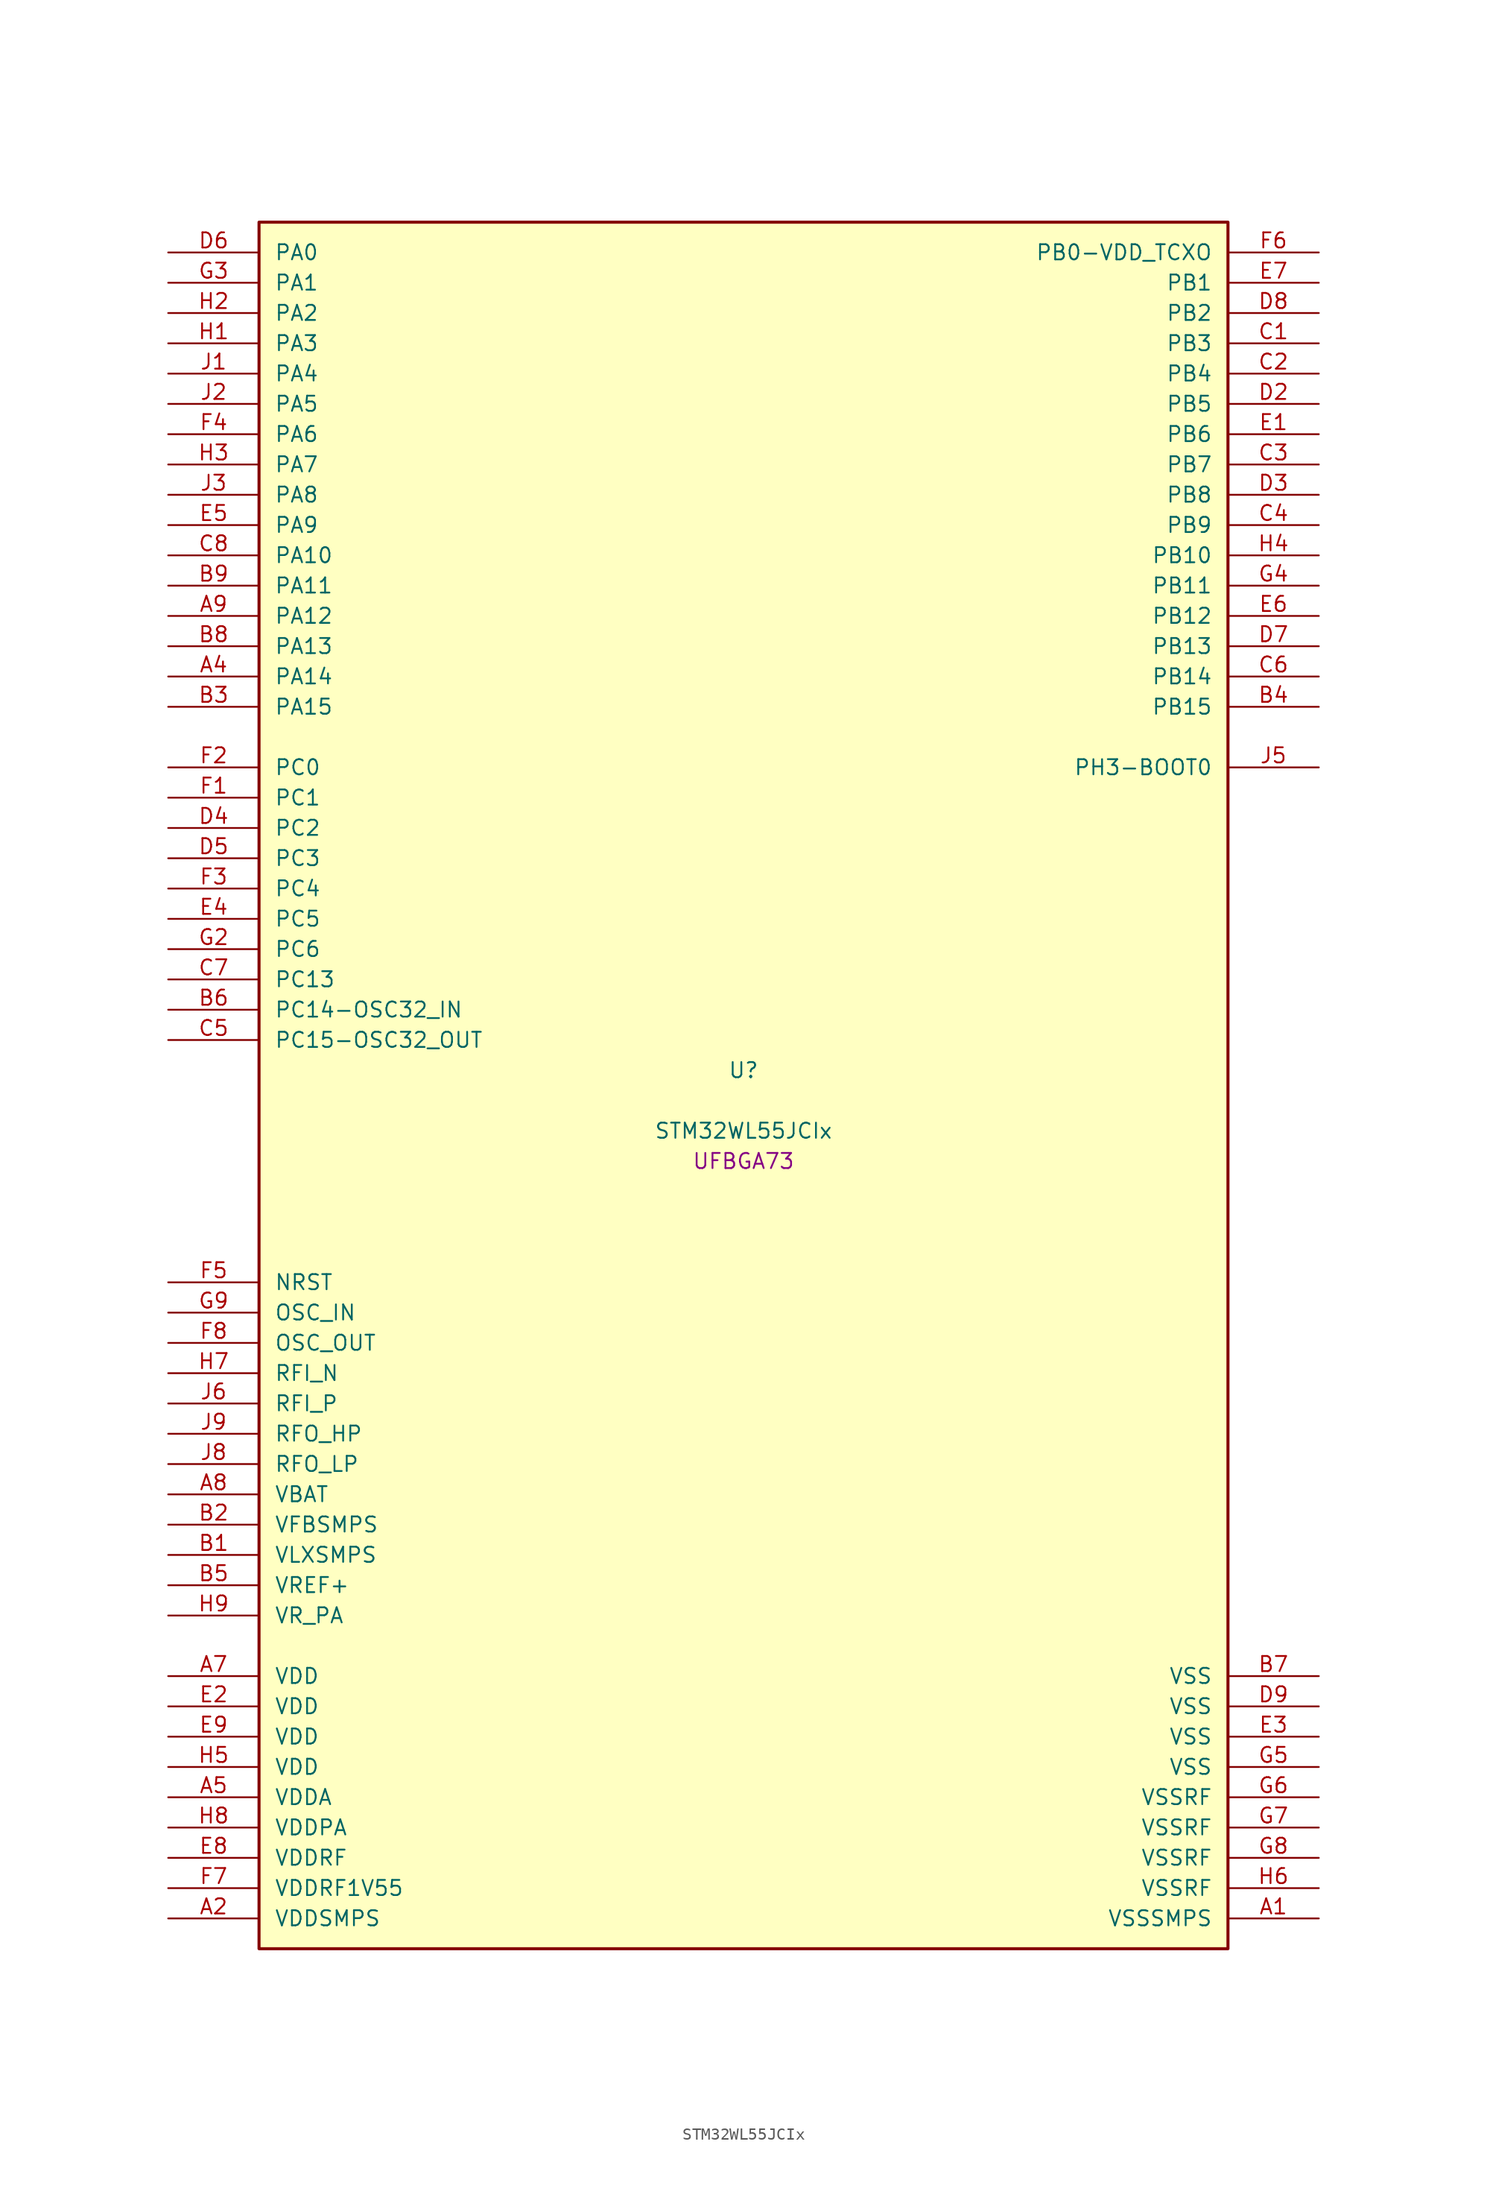
<source format=kicad_sym>
(kicad_symbol_lib
  (version 20241209)
  (generator "stm32_pkl_generator")
  (generator_version "1.0")
  (symbol "STM32WL55JCIx"
    (pin_names
      (offset 1.27))
    (property "Reference" "U"
      (at 0 2.54 0))
    (property "Value" "STM32WL55JCIx"
      (at 0 -2.54 0))
    (property "Footprint" "UFBGA73"
      (at 0 -5.08 0))
    (symbol "STM32WL55JCIx_1_1"
      (rectangle (start -40.64 73.66) (end 40.64 -71.12) (stroke (width 0.254) (type solid)) (fill (type background)))
      (pin bidirectional line (at -48.26 71.12 0) (length 7.62) (name "PA0") (number "D6") (alternate "PA0/COMP1_OUT" bidirectional line) (alternate "PA0/DEBUG_PWR-REGLP1S" bidirectional line) (alternate "PA0/I2C3_SMBA" bidirectional line) (alternate "PA0/I2S_CKIN" bidirectional line) (alternate "PA0/PWR_WKUP1" bidirectional line) (alternate "PA0/RTC_TAMP_IN2" bidirectional line) (alternate "PA0/TIM2_CH1" bidirectional line) (alternate "PA0/TIM2_ETR" bidirectional line) (alternate "PA0/USART2_CTS" bidirectional line) (alternate "PA0/USART2_NSS" bidirectional line))
      (pin bidirectional line (at -48.26 68.58 0) (length 7.62) (name "PA1") (number "G3") (alternate "PA1/DEBUG_PWR-REGLP2S" bidirectional line) (alternate "PA1/I2C1_SMBA" bidirectional line) (alternate "PA1/LPTIM3_OUT" bidirectional line) (alternate "PA1/LPUART1_RTS" bidirectional line) (alternate "PA1/SPI1_SCK" bidirectional line) (alternate "PA1/TIM2_CH2" bidirectional line) (alternate "PA1/USART2_DE" bidirectional line) (alternate "PA1/USART2_RTS" bidirectional line))
      (pin bidirectional line (at -48.26 66.04 0) (length 7.62) (name "PA2") (number "H2") (alternate "PA2/COMP2_OUT" bidirectional line) (alternate "PA2/DEBUG_PWR-LDORDY" bidirectional line) (alternate "PA2/LPUART1_TX" bidirectional line) (alternate "PA2/RCC_LSCO" bidirectional line) (alternate "PA2/TIM2_CH3" bidirectional line) (alternate "PA2/USART2_TX" bidirectional line))
      (pin bidirectional line (at -48.26 63.5 0) (length 7.62) (name "PA3") (number "H1") (alternate "PA3/I2S2_MCK" bidirectional line) (alternate "PA3/LPUART1_RX" bidirectional line) (alternate "PA3/TIM2_CH4" bidirectional line) (alternate "PA3/USART2_RX" bidirectional line))
      (pin bidirectional line (at -48.26 60.96 0) (length 7.62) (name "PA4") (number "J1") (alternate "PA4/DEBUG_SUBGHZSPI-NSSOUT" bidirectional line) (alternate "PA4/LPTIM1_OUT" bidirectional line) (alternate "PA4/LPTIM2_OUT" bidirectional line) (alternate "PA4/RTC_OUT2" bidirectional line) (alternate "PA4/SPI1_NSS" bidirectional line) (alternate "PA4/USART2_CK" bidirectional line))
      (pin bidirectional line (at -48.26 58.42 0) (length 7.62) (name "PA5") (number "J2") (alternate "PA5/DEBUG_SUBGHZSPI-SCKOUT" bidirectional line) (alternate "PA5/LPTIM2_ETR" bidirectional line) (alternate "PA5/SPI1_SCK" bidirectional line) (alternate "PA5/SPI2_MISO" bidirectional line) (alternate "PA5/TIM2_CH1" bidirectional line) (alternate "PA5/TIM2_ETR" bidirectional line))
      (pin bidirectional line (at -48.26 55.88 0) (length 7.62) (name "PA6") (number "F4") (alternate "PA6/DEBUG_SUBGHZSPI-MISOOUT" bidirectional line) (alternate "PA6/I2C2_SMBA" bidirectional line) (alternate "PA6/LPUART1_CTS" bidirectional line) (alternate "PA6/SPI1_MISO" bidirectional line) (alternate "PA6/TIM16_CH1" bidirectional line) (alternate "PA6/TIM1_BKIN" bidirectional line))
      (pin bidirectional line (at -48.26 53.34 0) (length 7.62) (name "PA7") (number "H3") (alternate "PA7/COMP2_OUT" bidirectional line) (alternate "PA7/DEBUG_SUBGHZSPI-MOSIOUT" bidirectional line) (alternate "PA7/I2C3_SCL" bidirectional line) (alternate "PA7/SPI1_MOSI" bidirectional line) (alternate "PA7/TIM17_CH1" bidirectional line) (alternate "PA7/TIM1_CH1N" bidirectional line))
      (pin bidirectional line (at -48.26 50.8 0) (length 7.62) (name "PA8") (number "J3") (alternate "PA8/I2S2_CK" bidirectional line) (alternate "PA8/LPTIM2_OUT" bidirectional line) (alternate "PA8/RCC_MCO" bidirectional line) (alternate "PA8/SPI2_SCK" bidirectional line) (alternate "PA8/TIM1_CH1" bidirectional line) (alternate "PA8/USART1_CK" bidirectional line))
      (pin bidirectional line (at -48.26 48.26 0) (length 7.62) (name "PA9") (number "E5") (alternate "PA9/DAC_EXTI9" bidirectional line) (alternate "PA9/I2C1_SCL" bidirectional line) (alternate "PA9/I2S2_CK" bidirectional line) (alternate "PA9/I2S2_WS" bidirectional line) (alternate "PA9/SPI2_NSS" bidirectional line) (alternate "PA9/SPI2_SCK" bidirectional line) (alternate "PA9/TIM1_CH2" bidirectional line) (alternate "PA9/USART1_TX" bidirectional line))
      (pin bidirectional line (at -48.26 45.72 0) (length 7.62) (name "PA10") (number "C8") (alternate "PA10/ADC_IN6" bidirectional line) (alternate "PA10/COMP1_INM" bidirectional line) (alternate "PA10/COMP2_INM" bidirectional line) (alternate "PA10/DAC_OUT1" bidirectional line) (alternate "PA10/DEBUG_RF-HSE32RDY" bidirectional line) (alternate "PA10/I2C1_SDA" bidirectional line) (alternate "PA10/I2S2_SD" bidirectional line) (alternate "PA10/RTC_REFIN" bidirectional line) (alternate "PA10/SPI2_MOSI" bidirectional line) (alternate "PA10/TIM17_BKIN" bidirectional line) (alternate "PA10/TIM1_CH3" bidirectional line) (alternate "PA10/USART1_RX" bidirectional line))
      (pin bidirectional line (at -48.26 43.18 0) (length 7.62) (name "PA11") (number "B9") (alternate "PA11/ADC_EXTI11" bidirectional line) (alternate "PA11/ADC_IN7" bidirectional line) (alternate "PA11/COMP1_INM" bidirectional line) (alternate "PA11/COMP2_INM" bidirectional line) (alternate "PA11/DEBUG_RF-NRESET" bidirectional line) (alternate "PA11/I2C2_SDA" bidirectional line) (alternate "PA11/LPTIM3_ETR" bidirectional line) (alternate "PA11/SPI1_MISO" bidirectional line) (alternate "PA11/TIM1_BKIN2" bidirectional line) (alternate "PA11/TIM1_CH4" bidirectional line) (alternate "PA11/USART1_CTS" bidirectional line) (alternate "PA11/USART1_NSS" bidirectional line))
      (pin bidirectional line (at -48.26 40.64 0) (length 7.62) (name "PA12") (number "A9") (alternate "PA12/ADC_IN8" bidirectional line) (alternate "PA12/DEBUG_RF-BUSY" bidirectional line) (alternate "PA12/I2C2_SCL" bidirectional line) (alternate "PA12/LPTIM3_IN1" bidirectional line) (alternate "PA12/SPI1_MOSI" bidirectional line) (alternate "PA12/TIM1_ETR" bidirectional line) (alternate "PA12/USART1_DE" bidirectional line) (alternate "PA12/USART1_RTS" bidirectional line))
      (pin bidirectional line (at -48.26 38.1 0) (length 7.62) (name "PA13") (number "B8") (alternate "PA13/ADC_IN9" bidirectional line) (alternate "PA13/DEBUG_JTMS-SWDIO" bidirectional line) (alternate "PA13/I2C2_SMBA" bidirectional line) (alternate "PA13/IR_OUT" bidirectional line))
      (pin bidirectional line (at -48.26 35.56 0) (length 7.62) (name "PA14") (number "A4") (alternate "PA14/ADC_IN10" bidirectional line) (alternate "PA14/DEBUG_JTCK-SWCLK" bidirectional line) (alternate "PA14/I2C1_SMBA" bidirectional line) (alternate "PA14/LPTIM1_OUT" bidirectional line))
      (pin bidirectional line (at -48.26 33.02 0) (length 7.62) (name "PA15") (number "B3") (alternate "PA15/ADC_IN11" bidirectional line) (alternate "PA15/COMP1_INM" bidirectional line) (alternate "PA15/COMP2_INP" bidirectional line) (alternate "PA15/DEBUG_JTDI" bidirectional line) (alternate "PA15/I2C2_SDA" bidirectional line) (alternate "PA15/SPI1_NSS" bidirectional line) (alternate "PA15/TIM2_CH1" bidirectional line) (alternate "PA15/TIM2_ETR" bidirectional line))
      (pin bidirectional line (at 48.26 71.12 180) (length 7.62) (name "PB0-VDD_TCXO") (number "F6") (alternate "PB0-VDD_TCXO/COMP1_OUT" bidirectional line) (alternate "PB0-VDD_TCXO/VDDTCXO" bidirectional line))
      (pin bidirectional line (at 48.26 68.58 180) (length 7.62) (name "PB1") (number "E7") (alternate "PB1/ADC_IN5" bidirectional line) (alternate "PB1/COMP2_INP" bidirectional line) (alternate "PB1/LPTIM2_IN1" bidirectional line) (alternate "PB1/LPUART1_DE" bidirectional line) (alternate "PB1/LPUART1_RTS" bidirectional line))
      (pin bidirectional line (at 48.26 66.04 180) (length 7.62) (name "PB2") (number "D8") (alternate "PB2/ADC_IN4" bidirectional line) (alternate "PB2/COMP1_INP" bidirectional line) (alternate "PB2/COMP2_INM" bidirectional line) (alternate "PB2/DEBUG_RF-SMPSRDY" bidirectional line) (alternate "PB2/I2C3_SMBA" bidirectional line) (alternate "PB2/LPTIM1_OUT" bidirectional line) (alternate "PB2/SPI1_NSS" bidirectional line))
      (pin bidirectional line (at 48.26 63.5 180) (length 7.62) (name "PB3") (number "C1") (alternate "PB3/ADC_IN2" bidirectional line) (alternate "PB3/COMP1_INM" bidirectional line) (alternate "PB3/COMP2_INM" bidirectional line) (alternate "PB3/DEBUG_JTDO-SWO" bidirectional line) (alternate "PB3/DEBUG_RF-DTB1" bidirectional line) (alternate "PB3/PWR_WKUP3" bidirectional line) (alternate "PB3/RTC_TAMP_IN3" bidirectional line) (alternate "PB3/SPI1_SCK" bidirectional line) (alternate "PB3/TIM2_CH2" bidirectional line) (alternate "PB3/USART1_DE" bidirectional line) (alternate "PB3/USART1_RTS" bidirectional line))
      (pin bidirectional line (at 48.26 60.96 180) (length 7.62) (name "PB4") (number "C2") (alternate "PB4/ADC_IN3" bidirectional line) (alternate "PB4/COMP1_INP" bidirectional line) (alternate "PB4/COMP2_INP" bidirectional line) (alternate "PB4/DEBUG_JTRST" bidirectional line) (alternate "PB4/DEBUG_RF-LDORDY" bidirectional line) (alternate "PB4/I2C3_SDA" bidirectional line) (alternate "PB4/SPI1_MISO" bidirectional line) (alternate "PB4/TIM17_BKIN" bidirectional line) (alternate "PB4/USART1_CTS" bidirectional line) (alternate "PB4/USART1_NSS" bidirectional line))
      (pin bidirectional line (at 48.26 58.42 180) (length 7.62) (name "PB5") (number "D2") (alternate "PB5/COMP2_OUT" bidirectional line) (alternate "PB5/I2C1_SMBA" bidirectional line) (alternate "PB5/LPTIM1_IN1" bidirectional line) (alternate "PB5/SPI1_MOSI" bidirectional line) (alternate "PB5/TIM16_BKIN" bidirectional line) (alternate "PB5/USART1_CK" bidirectional line))
      (pin bidirectional line (at 48.26 55.88 180) (length 7.62) (name "PB6") (number "E1") (alternate "PB6/I2C1_SCL" bidirectional line) (alternate "PB6/LPTIM1_ETR" bidirectional line) (alternate "PB6/TIM16_CH1N" bidirectional line) (alternate "PB6/USART1_TX" bidirectional line))
      (pin bidirectional line (at 48.26 53.34 180) (length 7.62) (name "PB7") (number "C3") (alternate "PB7/I2C1_SDA" bidirectional line) (alternate "PB7/LPTIM1_IN2" bidirectional line) (alternate "PB7/PWR_PVD_IN" bidirectional line) (alternate "PB7/TIM17_CH1N" bidirectional line) (alternate "PB7/TIM1_BKIN" bidirectional line) (alternate "PB7/USART1_RX" bidirectional line))
      (pin bidirectional line (at 48.26 50.8 180) (length 7.62) (name "PB8") (number "D3") (alternate "PB8/I2C1_SCL" bidirectional line) (alternate "PB8/TIM16_CH1" bidirectional line) (alternate "PB8/TIM1_CH2N" bidirectional line))
      (pin bidirectional line (at 48.26 48.26 180) (length 7.62) (name "PB9") (number "C4") (alternate "PB9/DAC_EXTI9" bidirectional line) (alternate "PB9/I2C1_SDA" bidirectional line) (alternate "PB9/I2S2_WS" bidirectional line) (alternate "PB9/IR_OUT" bidirectional line) (alternate "PB9/SPI2_NSS" bidirectional line) (alternate "PB9/TIM17_CH1" bidirectional line) (alternate "PB9/TIM1_CH3N" bidirectional line))
      (pin bidirectional line (at 48.26 45.72 180) (length 7.62) (name "PB10") (number "H4") (alternate "PB10/COMP1_OUT" bidirectional line) (alternate "PB10/I2C3_SCL" bidirectional line) (alternate "PB10/I2S2_CK" bidirectional line) (alternate "PB10/LPUART1_RX" bidirectional line) (alternate "PB10/SPI2_SCK" bidirectional line) (alternate "PB10/TIM2_CH3" bidirectional line))
      (pin bidirectional line (at 48.26 43.18 180) (length 7.62) (name "PB11") (number "G4") (alternate "PB11/ADC_EXTI11" bidirectional line) (alternate "PB11/COMP2_OUT" bidirectional line) (alternate "PB11/I2C3_SDA" bidirectional line) (alternate "PB11/LPUART1_TX" bidirectional line) (alternate "PB11/TIM2_CH4" bidirectional line))
      (pin bidirectional line (at 48.26 40.64 180) (length 7.62) (name "PB12") (number "E6") (alternate "PB12/I2C3_SMBA" bidirectional line) (alternate "PB12/I2S2_WS" bidirectional line) (alternate "PB12/LPUART1_RTS" bidirectional line) (alternate "PB12/SPI2_NSS" bidirectional line) (alternate "PB12/TIM1_BKIN" bidirectional line))
      (pin bidirectional line (at 48.26 38.1 180) (length 7.62) (name "PB13") (number "D7") (alternate "PB13/ADC_IN0" bidirectional line) (alternate "PB13/I2C3_SCL" bidirectional line) (alternate "PB13/I2S2_CK" bidirectional line) (alternate "PB13/LPUART1_CTS" bidirectional line) (alternate "PB13/SPI2_SCK" bidirectional line) (alternate "PB13/TIM1_CH1N" bidirectional line))
      (pin bidirectional line (at 48.26 35.56 180) (length 7.62) (name "PB14") (number "C6") (alternate "PB14/ADC_IN1" bidirectional line) (alternate "PB14/I2C3_SDA" bidirectional line) (alternate "PB14/I2S2_MCK" bidirectional line) (alternate "PB14/SPI2_MISO" bidirectional line) (alternate "PB14/TIM1_CH2N" bidirectional line))
      (pin bidirectional line (at 48.26 33.02 180) (length 7.62) (name "PB15") (number "B4") (alternate "PB15/I2C2_SCL" bidirectional line) (alternate "PB15/I2S2_SD" bidirectional line) (alternate "PB15/SPI2_MOSI" bidirectional line) (alternate "PB15/TIM1_CH3N" bidirectional line))
      (pin bidirectional line (at -48.26 27.94 0) (length 7.62) (name "PC0") (number "F2") (alternate "PC0/I2C3_SCL" bidirectional line) (alternate "PC0/LPTIM1_IN1" bidirectional line) (alternate "PC0/LPTIM2_IN1" bidirectional line) (alternate "PC0/LPUART1_RX" bidirectional line))
      (pin bidirectional line (at -48.26 25.4 0) (length 7.62) (name "PC1") (number "F1") (alternate "PC1/I2C3_SDA" bidirectional line) (alternate "PC1/I2S2_SD" bidirectional line) (alternate "PC1/LPTIM1_OUT" bidirectional line) (alternate "PC1/LPUART1_TX" bidirectional line) (alternate "PC1/SPI2_MOSI" bidirectional line))
      (pin bidirectional line (at -48.26 22.86 0) (length 7.62) (name "PC2") (number "D4") (alternate "PC2/LPTIM1_IN2" bidirectional line) (alternate "PC2/SPI2_MISO" bidirectional line))
      (pin bidirectional line (at -48.26 20.32 0) (length 7.62) (name "PC3") (number "D5") (alternate "PC3/I2S2_SD" bidirectional line) (alternate "PC3/LPTIM1_ETR" bidirectional line) (alternate "PC3/LPTIM2_ETR" bidirectional line) (alternate "PC3/SPI2_MOSI" bidirectional line))
      (pin bidirectional line (at -48.26 17.78 0) (length 7.62) (name "PC4") (number "F3"))
      (pin bidirectional line (at -48.26 15.24 0) (length 7.62) (name "PC5") (number "E4"))
      (pin bidirectional line (at -48.26 12.7 0) (length 7.62) (name "PC6") (number "G2") (alternate "PC6/I2S2_MCK" bidirectional line))
      (pin bidirectional line (at -48.26 10.16 0) (length 7.62) (name "PC13") (number "C7") (alternate "PC13/PWR_WKUP2" bidirectional line) (alternate "PC13/RTC_OUT1" bidirectional line) (alternate "PC13/RTC_TAMP_IN1" bidirectional line) (alternate "PC13/RTC_TS" bidirectional line))
      (pin bidirectional line (at -48.26 7.62 0) (length 7.62) (name "PC14-OSC32_IN") (number "B6") (alternate "PC14-OSC32_IN/RCC_OSC32_IN" bidirectional line))
      (pin bidirectional line (at -48.26 5.08 0) (length 7.62) (name "PC15-OSC32_OUT") (number "C5") (alternate "PC15-OSC32_OUT/RCC_OSC32_OUT" bidirectional line))
      (pin bidirectional line (at 48.26 27.94 180) (length 7.62) (name "PH3-BOOT0") (number "J5"))
      (pin input line (at -48.26 -15.24 0) (length 7.62) (name "NRST") (number "F5"))
      (pin bidirectional line (at -48.26 -17.78 0) (length 7.62) (name "OSC_IN") (number "G9") (alternate "OSC_IN/RCC_OSC_IN" bidirectional line))
      (pin bidirectional line (at -48.26 -20.32 0) (length 7.62) (name "OSC_OUT") (number "F8") (alternate "OSC_OUT/RCC_OSC_OUT" bidirectional line))
      (pin bidirectional line (at -48.26 -22.86 0) (length 7.62) (name "RFI_N") (number "H7"))
      (pin bidirectional line (at -48.26 -25.4 0) (length 7.62) (name "RFI_P") (number "J6"))
      (pin bidirectional line (at -48.26 -27.94 0) (length 7.62) (name "RFO_HP") (number "J9"))
      (pin bidirectional line (at -48.26 -30.48 0) (length 7.62) (name "RFO_LP") (number "J8"))
      (pin power_in line (at -48.26 -33.02 0) (length 7.62) (name "VBAT") (number "A8"))
      (pin power_in line (at -48.26 -35.56 0) (length 7.62) (name "VFBSMPS") (number "B2"))
      (pin power_in line (at -48.26 -38.1 0) (length 7.62) (name "VLXSMPS") (number "B1"))
      (pin bidirectional line (at -48.26 -40.64 0) (length 7.62) (name "VREF+") (number "B5") (alternate "VREF+/VREFBUF_OUT" bidirectional line))
      (pin power_in line (at -48.26 -43.18 0) (length 7.62) (name "VR_PA") (number "H9"))
      (pin power_in line (at -48.26 -48.26 0) (length 7.62) (name "VDD") (number "A7"))
      (pin power_in line (at -48.26 -50.8 0) (length 7.62) (name "VDD") (number "E2"))
      (pin power_in line (at -48.26 -53.34 0) (length 7.62) (name "VDD") (number "E9"))
      (pin power_in line (at -48.26 -55.88 0) (length 7.62) (name "VDD") (number "H5"))
      (pin power_in line (at -48.26 -58.42 0) (length 7.62) (name "VDDA") (number "A5"))
      (pin power_in line (at -48.26 -60.96 0) (length 7.62) (name "VDDPA") (number "H8"))
      (pin power_in line (at -48.26 -63.5 0) (length 7.62) (name "VDDRF") (number "E8"))
      (pin power_in line (at -48.26 -66.04 0) (length 7.62) (name "VDDRF1V55") (number "F7"))
      (pin power_in line (at -48.26 -68.58 0) (length 7.62) (name "VDDSMPS") (number "A2"))
      (pin power_in line (at 48.26 -48.26 180) (length 7.62) (name "VSS") (number "B7"))
      (pin power_in line (at 48.26 -50.8 180) (length 7.62) (name "VSS") (number "D9"))
      (pin power_in line (at 48.26 -53.34 180) (length 7.62) (name "VSS") (number "E3"))
      (pin power_in line (at 48.26 -55.88 180) (length 7.62) (name "VSS") (number "G5"))
      (pin power_in line (at 48.26 -58.42 180) (length 7.62) (name "VSSRF") (number "G6"))
      (pin power_in line (at 48.26 -60.96 180) (length 7.62) (name "VSSRF") (number "G7"))
      (pin power_in line (at 48.26 -63.5 180) (length 7.62) (name "VSSRF") (number "G8"))
      (pin power_in line (at 48.26 -66.04 180) (length 7.62) (name "VSSRF") (number "H6"))
      (pin power_in line (at 48.26 -68.58 180) (length 7.62) (name "VSSSMPS") (number "A1")))))
</source>
